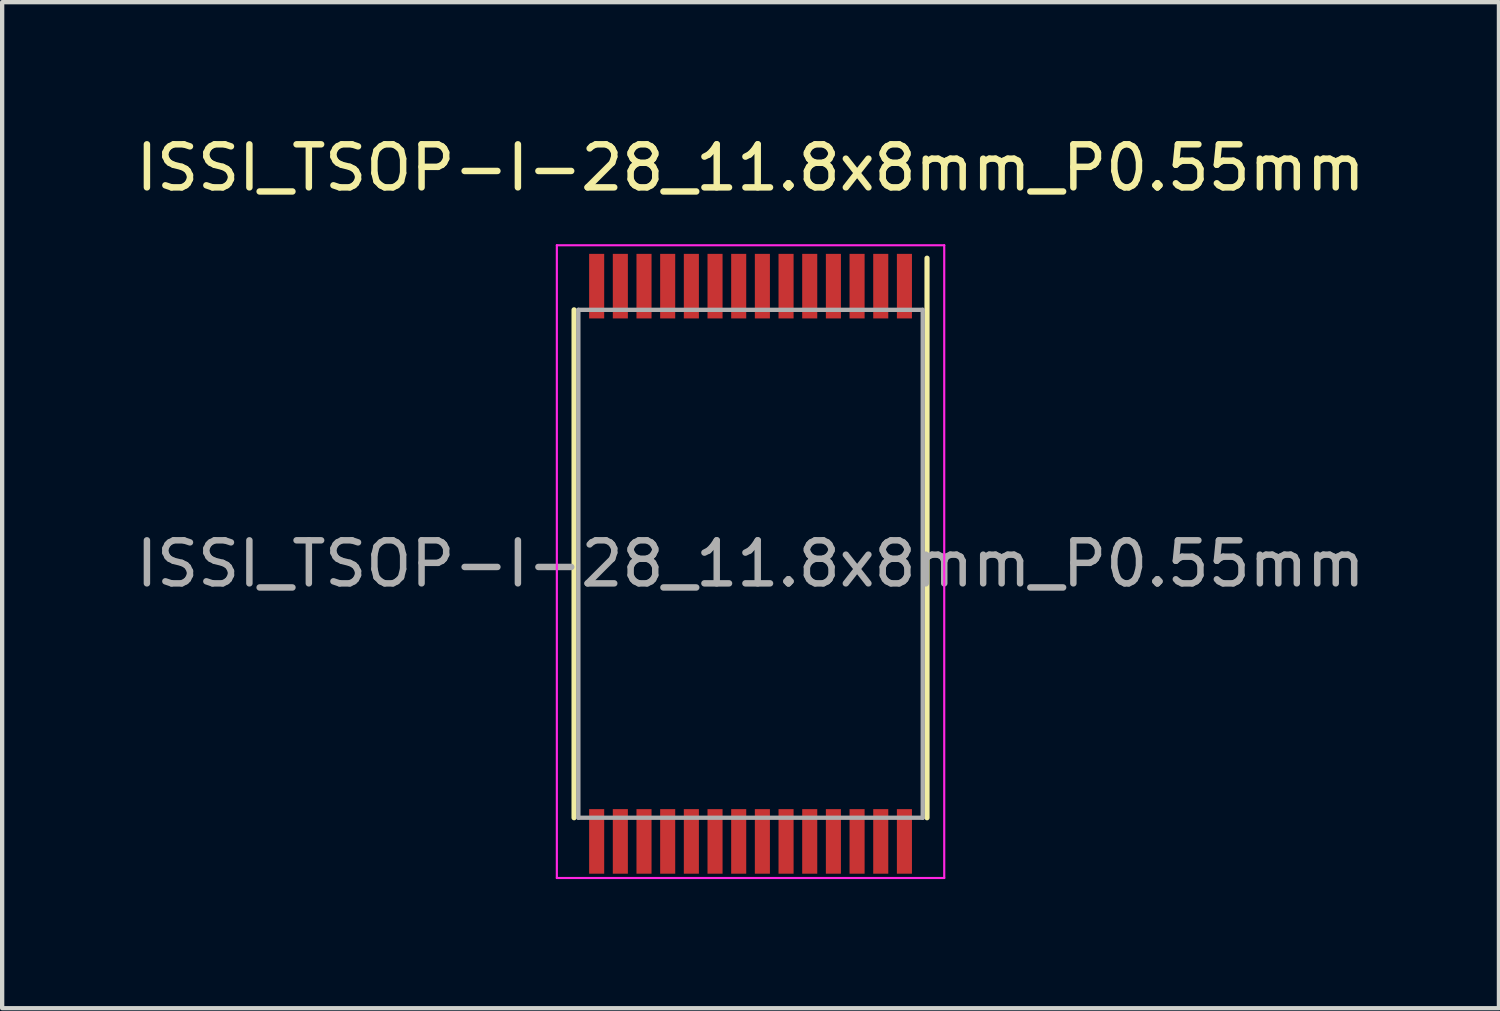
<source format=kicad_pcb>
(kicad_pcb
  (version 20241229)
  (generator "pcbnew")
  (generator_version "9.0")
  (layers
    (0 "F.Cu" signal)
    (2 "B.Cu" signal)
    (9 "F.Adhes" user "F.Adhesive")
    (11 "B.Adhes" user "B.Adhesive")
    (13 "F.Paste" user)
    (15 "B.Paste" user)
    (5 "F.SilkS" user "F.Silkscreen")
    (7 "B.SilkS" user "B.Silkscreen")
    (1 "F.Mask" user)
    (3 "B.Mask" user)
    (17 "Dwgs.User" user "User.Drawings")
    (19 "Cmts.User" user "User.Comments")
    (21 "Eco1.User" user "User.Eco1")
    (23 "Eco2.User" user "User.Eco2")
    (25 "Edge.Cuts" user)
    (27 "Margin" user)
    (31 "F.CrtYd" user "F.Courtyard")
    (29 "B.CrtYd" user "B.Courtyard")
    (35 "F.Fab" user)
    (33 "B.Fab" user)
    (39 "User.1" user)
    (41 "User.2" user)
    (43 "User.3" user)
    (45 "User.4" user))
  (footprint "ISSI_TSOP-I-28_11.8x8mm_P0.55mm"
    (layer "F.Cu")
    (at 14.387 10.048)
    (property "Reference" "ISSI_TSOP-I-28_11.8x8mm_P0.55mm" (at 0 -9.2 180) (layer "F.SilkS") (effects (font (size 1 1) (thickness 0.15))))
    (attr smd)
    (fp_line (start -4.1 -5.9) (end -4.1 5.9) (stroke (width 0.12) (type solid)) (layer "F.SilkS"))
    (fp_line (start 4.1 5.9) (end 4.1 -7.1) (stroke (width 0.12) (type solid)) (layer "F.SilkS"))
    (fp_line (start -4.5 -7.4) (end 4.5 -7.4) (stroke (width 0.05) (type solid)) (layer "F.CrtYd"))
    (fp_line (start -4.5 7.3) (end -4.5 -7.4) (stroke (width 0.05) (type solid)) (layer "F.CrtYd"))
    (fp_line (start 4.5 -7.4) (end 4.5 7.3) (stroke (width 0.05) (type solid)) (layer "F.CrtYd"))
    (fp_line (start 4.5 7.3) (end -4.5 7.3) (stroke (width 0.05) (type solid)) (layer "F.CrtYd"))
    (fp_line (start -4 5.9) (end -4 -5.9) (stroke (width 0.1) (type solid)) (layer "F.Fab"))
    (fp_line (start 4 -5.9) (end -4 -5.9) (stroke (width 0.1) (type solid)) (layer "F.Fab"))
    (fp_line (start 4 -5.9) (end 4 5.9) (stroke (width 0.1) (type solid)) (layer "F.Fab"))
    (fp_line (start 4 5.9) (end -4 5.9) (stroke (width 0.1) (type solid)) (layer "F.Fab"))
    (fp_text user "${REFERENCE}" (at 0 0 0) (layer "F.Fab") (effects (font (size 1 1) (thickness 0.15))))
    (pad "1" smd rect (at -0.275 -6.45 180) (size 0.35 1.5) (layers "F.Cu" "F.Mask" "F.Paste"))
    (pad "2" smd rect (at -0.825 -6.45 180) (size 0.35 1.5) (layers "F.Cu" "F.Mask" "F.Paste"))
    (pad "3" smd rect (at -1.375 -6.45 180) (size 0.35 1.5) (layers "F.Cu" "F.Mask" "F.Paste"))
    (pad "4" smd rect (at -1.925 -6.45 180) (size 0.35 1.5) (layers "F.Cu" "F.Mask" "F.Paste"))
    (pad "5" smd rect (at -2.475 -6.45 180) (size 0.35 1.5) (layers "F.Cu" "F.Mask" "F.Paste"))
    (pad "6" smd rect (at -3.025 -6.45 180) (size 0.35 1.5) (layers "F.Cu" "F.Mask" "F.Paste"))
    (pad "7" smd rect (at -3.575 -6.45 180) (size 0.35 1.5) (layers "F.Cu" "F.Mask" "F.Paste"))
    (pad "8" smd rect (at -3.575 6.45 180) (size 0.35 1.5) (layers "F.Cu" "F.Mask" "F.Paste"))
    (pad "9" smd rect (at -3.025 6.45 180) (size 0.35 1.5) (layers "F.Cu" "F.Mask" "F.Paste"))
    (pad "10" smd rect (at -2.475 6.45 180) (size 0.35 1.5) (layers "F.Cu" "F.Mask" "F.Paste"))
    (pad "11" smd rect (at -1.925 6.45 180) (size 0.35 1.5) (layers "F.Cu" "F.Mask" "F.Paste"))
    (pad "12" smd rect (at -1.375 6.45 180) (size 0.35 1.5) (layers "F.Cu" "F.Mask" "F.Paste"))
    (pad "13" smd rect (at -0.825 6.45 180) (size 0.35 1.5) (layers "F.Cu" "F.Mask" "F.Paste"))
    (pad "14" smd rect (at -0.275 6.45 180) (size 0.35 1.5) (layers "F.Cu" "F.Mask" "F.Paste"))
    (pad "15" smd rect (at 0.275 6.45 180) (size 0.35 1.5) (layers "F.Cu" "F.Mask" "F.Paste"))
    (pad "16" smd rect (at 0.825 6.45 180) (size 0.35 1.5) (layers "F.Cu" "F.Mask" "F.Paste"))
    (pad "17" smd rect (at 1.375 6.45 180) (size 0.35 1.5) (layers "F.Cu" "F.Mask" "F.Paste"))
    (pad "18" smd rect (at 1.925 6.45 180) (size 0.35 1.5) (layers "F.Cu" "F.Mask" "F.Paste"))
    (pad "19" smd rect (at 2.475 6.45 180) (size 0.35 1.5) (layers "F.Cu" "F.Mask" "F.Paste"))
    (pad "20" smd rect (at 3.025 6.45 180) (size 0.35 1.5) (layers "F.Cu" "F.Mask" "F.Paste"))
    (pad "21" smd rect (at 3.575 6.45 180) (size 0.35 1.5) (layers "F.Cu" "F.Mask" "F.Paste"))
    (pad "22" smd rect (at 3.575 -6.45 180) (size 0.35 1.5) (layers "F.Cu" "F.Mask" "F.Paste"))
    (pad "23" smd rect (at 3.025 -6.45 180) (size 0.35 1.5) (layers "F.Cu" "F.Mask" "F.Paste"))
    (pad "24" smd rect (at 2.475 -6.45 180) (size 0.35 1.5) (layers "F.Cu" "F.Mask" "F.Paste"))
    (pad "25" smd rect (at 1.925 -6.45 180) (size 0.35 1.5) (layers "F.Cu" "F.Mask" "F.Paste"))
    (pad "26" smd rect (at 1.375 -6.45 180) (size 0.35 1.5) (layers "F.Cu" "F.Mask" "F.Paste"))
    (pad "27" smd rect (at 0.825 -6.45 180) (size 0.35 1.5) (layers "F.Cu" "F.Mask" "F.Paste"))
    (pad "28" smd rect (at 0.275 -6.45 180) (size 0.35 1.5) (layers "F.Cu" "F.Mask" "F.Paste")))
  (gr_rect
    (start -3 -3)
    (end 31.774 20.373)
    (stroke (width 0.1) (type default))
    (fill no)
    (layer "Edge.Cuts")))
</source>
